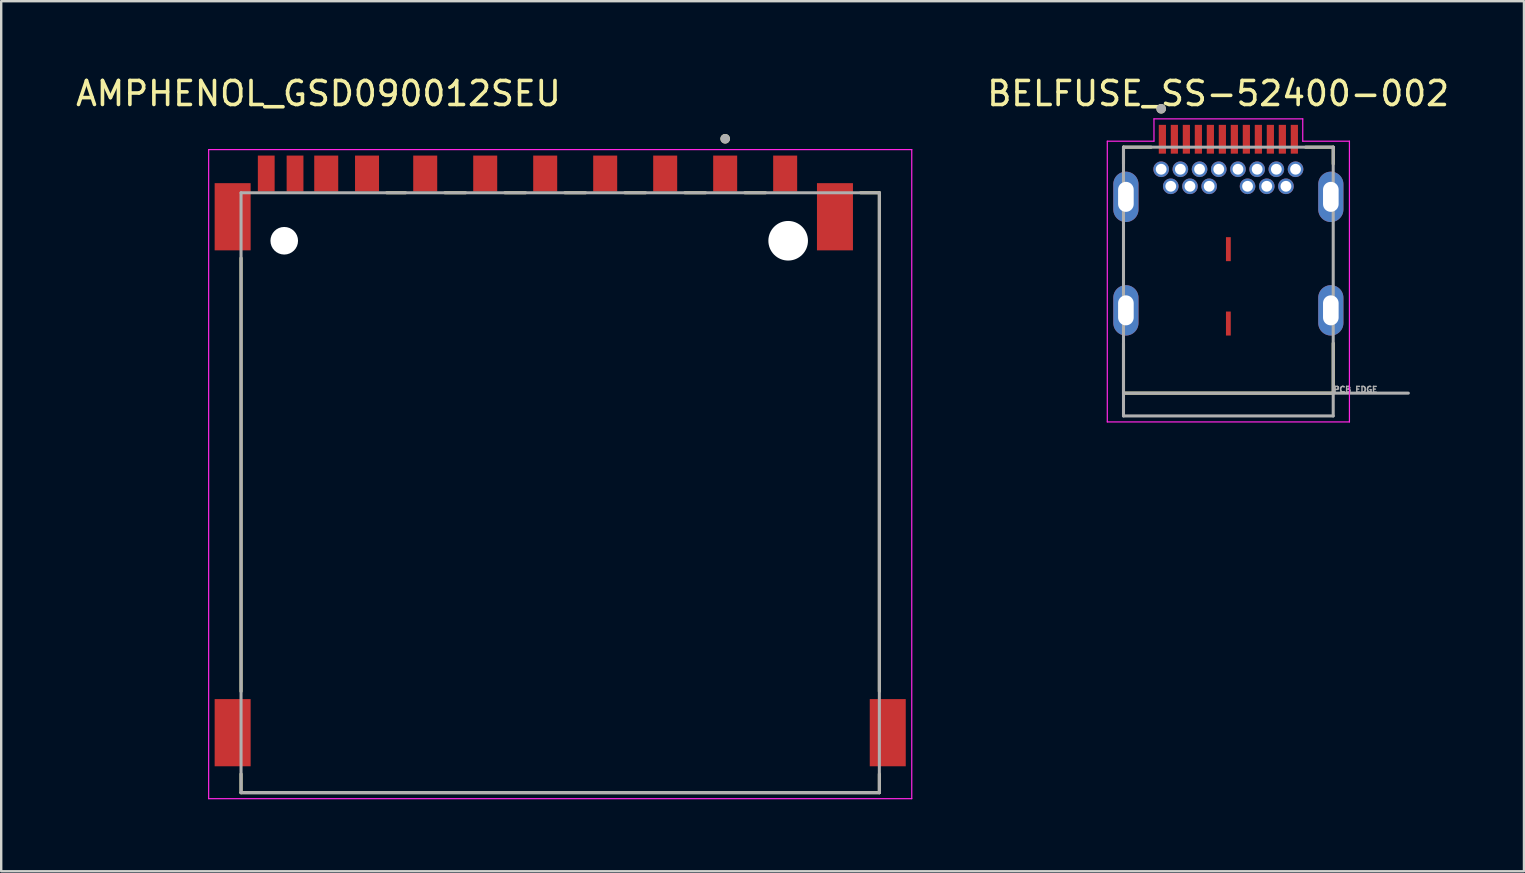
<source format=kicad_pcb>
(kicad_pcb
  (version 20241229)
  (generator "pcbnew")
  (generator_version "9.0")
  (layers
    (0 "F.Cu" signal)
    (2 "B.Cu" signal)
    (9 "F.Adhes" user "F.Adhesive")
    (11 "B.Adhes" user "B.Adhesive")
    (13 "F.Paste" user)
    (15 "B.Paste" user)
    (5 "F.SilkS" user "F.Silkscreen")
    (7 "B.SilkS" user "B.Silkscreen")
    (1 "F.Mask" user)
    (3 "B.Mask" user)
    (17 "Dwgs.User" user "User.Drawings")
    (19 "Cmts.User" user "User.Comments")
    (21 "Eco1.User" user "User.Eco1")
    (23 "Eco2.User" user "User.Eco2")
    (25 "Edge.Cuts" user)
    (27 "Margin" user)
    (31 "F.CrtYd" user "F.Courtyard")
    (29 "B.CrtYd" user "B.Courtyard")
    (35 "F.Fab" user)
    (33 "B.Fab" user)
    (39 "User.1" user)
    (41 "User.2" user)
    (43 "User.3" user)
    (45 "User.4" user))
  (footprint "BELFUSE_SS-52400-002"
    (layer "F.Cu")
    (at 48.139 9.883)
    (property "Reference" "BELFUSE_SS-52400-002" (at -0.425 -9.035 0) (layer "F.SilkS") (effects (font (size 1 1) (thickness 0.15))))
    (attr through_hole)
    (fp_line (start -4.37 -6.8) (end -4.37 -6.1) (stroke (width 0.127) (type solid)) (layer "F.SilkS"))
    (fp_line (start -4.37 1.37) (end -4.37 3.45) (stroke (width 0.127) (type solid)) (layer "F.SilkS"))
    (fp_line (start -4.37 3.45) (end 4.37 3.45) (stroke (width 0.127) (type solid)) (layer "F.SilkS"))
    (fp_line (start -3.22 -6.8) (end -4.37 -6.8) (stroke (width 0.127) (type solid)) (layer "F.SilkS"))
    (fp_line (start 3.22 -6.8) (end 4.37 -6.8) (stroke (width 0.127) (type solid)) (layer "F.SilkS"))
    (fp_line (start 4.37 -6.8) (end 4.37 -6.1) (stroke (width 0.127) (type solid)) (layer "F.SilkS"))
    (fp_line (start 4.37 3.45) (end 4.37 1.37) (stroke (width 0.127) (type solid)) (layer "F.SilkS"))
    (fp_circle (center -2.8 -8.4) (end -2.7 -8.4) (stroke (width 0.2) (type solid)) (fill no) (layer "F.SilkS"))
    (fp_line (start -5.045 -7.05) (end -5.045 4.65) (stroke (width 0.05) (type solid)) (layer "F.CrtYd"))
    (fp_line (start -5.045 4.65) (end 5.045 4.65) (stroke (width 0.05) (type solid)) (layer "F.CrtYd"))
    (fp_line (start -3.1 -7.98) (end -3.1 -7.05) (stroke (width 0.05) (type solid)) (layer "F.CrtYd"))
    (fp_line (start -3.1 -7.05) (end -5.045 -7.05) (stroke (width 0.05) (type solid)) (layer "F.CrtYd"))
    (fp_line (start 3.1 -7.98) (end -3.1 -7.98) (stroke (width 0.05) (type solid)) (layer "F.CrtYd"))
    (fp_line (start 3.1 -7.05) (end 3.1 -7.98) (stroke (width 0.05) (type solid)) (layer "F.CrtYd"))
    (fp_line (start 5.045 -7.05) (end 3.1 -7.05) (stroke (width 0.05) (type solid)) (layer "F.CrtYd"))
    (fp_line (start 5.045 4.65) (end 5.045 -7.05) (stroke (width 0.05) (type solid)) (layer "F.CrtYd"))
    (fp_line (start -4.37 -6.8) (end 4.37 -6.8) (stroke (width 0.127) (type solid)) (layer "F.Fab"))
    (fp_line (start -4.37 3.45) (end -4.37 -6.8) (stroke (width 0.127) (type solid)) (layer "F.Fab"))
    (fp_line (start -4.37 3.45) (end 7.5 3.45) (stroke (width 0.127) (type solid)) (layer "F.Fab"))
    (fp_line (start -4.37 4.4) (end -4.37 3.45) (stroke (width 0.127) (type solid)) (layer "F.Fab"))
    (fp_line (start 4.37 -6.8) (end 4.37 4.4) (stroke (width 0.127) (type solid)) (layer "F.Fab"))
    (fp_line (start 4.37 4.4) (end -4.37 4.4) (stroke (width 0.127) (type solid)) (layer "F.Fab"))
    (fp_circle (center -2.8 -8.4) (end -2.7 -8.4) (stroke (width 0.2) (type solid)) (fill no) (layer "F.Fab"))
    (fp_text user "PCB EDGE" (at 5.3 3.3 0) (layer "F.Fab") (effects (font (size 0.24 0.24) (thickness 0.15))))
    (pad "A1" smd rect (at -2.75 -7.13) (size 0.3 1.2) (layers "F.Cu" "F.Mask" "F.Paste"))
    (pad "A2" smd rect (at -2.25 -7.13) (size 0.3 1.2) (layers "F.Cu" "F.Mask" "F.Paste"))
    (pad "A3" smd rect (at -1.75 -7.13) (size 0.3 1.2) (layers "F.Cu" "F.Mask" "F.Paste"))
    (pad "A4" smd rect (at -1.25 -7.13) (size 0.3 1.2) (layers "F.Cu" "F.Mask" "F.Paste"))
    (pad "A5" smd rect (at -0.75 -7.13) (size 0.3 1.2) (layers "F.Cu" "F.Mask" "F.Paste"))
    (pad "A6" smd rect (at -0.25 -7.13) (size 0.3 1.2) (layers "F.Cu" "F.Mask" "F.Paste"))
    (pad "A7" smd rect (at 0.25 -7.13) (size 0.3 1.2) (layers "F.Cu" "F.Mask" "F.Paste"))
    (pad "A8" smd rect (at 0.75 -7.13) (size 0.3 1.2) (layers "F.Cu" "F.Mask" "F.Paste"))
    (pad "A9" smd rect (at 1.25 -7.13) (size 0.3 1.2) (layers "F.Cu" "F.Mask" "F.Paste"))
    (pad "A10" smd rect (at 1.75 -7.13) (size 0.3 1.2) (layers "F.Cu" "F.Mask" "F.Paste"))
    (pad "A11" smd rect (at 2.25 -7.13) (size 0.3 1.2) (layers "F.Cu" "F.Mask" "F.Paste"))
    (pad "A12" smd rect (at 2.75 -7.13) (size 0.3 1.2) (layers "F.Cu" "F.Mask" "F.Paste"))
    (pad "B1" thru_hole circle (at 2.8 -5.88) (size 0.65 0.65) (drill 0.45) (layers "*.Cu" "*.Mask"))
    (pad "B2" thru_hole circle (at 2.4 -5.17) (size 0.65 0.65) (drill 0.45) (layers "*.Cu" "*.Mask"))
    (pad "B3" thru_hole circle (at 1.6 -5.17) (size 0.65 0.65) (drill 0.45) (layers "*.Cu" "*.Mask"))
    (pad "B4" thru_hole circle (at 1.2 -5.88) (size 0.65 0.65) (drill 0.45) (layers "*.Cu" "*.Mask"))
    (pad "B5" thru_hole circle (at 0.8 -5.17) (size 0.65 0.65) (drill 0.45) (layers "*.Cu" "*.Mask"))
    (pad "B6" thru_hole circle (at 0.4 -5.88) (size 0.65 0.65) (drill 0.45) (layers "*.Cu" "*.Mask"))
    (pad "B7" thru_hole circle (at -0.4 -5.88) (size 0.65 0.65) (drill 0.45) (layers "*.Cu" "*.Mask"))
    (pad "B8" thru_hole circle (at -0.8 -5.17) (size 0.65 0.65) (drill 0.45) (layers "*.Cu" "*.Mask"))
    (pad "B9" thru_hole circle (at -1.2 -5.88) (size 0.65 0.65) (drill 0.45) (layers "*.Cu" "*.Mask"))
    (pad "B10" thru_hole circle (at -1.6 -5.17) (size 0.65 0.65) (drill 0.45) (layers "*.Cu" "*.Mask"))
    (pad "B11" thru_hole circle (at -2.4 -5.17) (size 0.65 0.65) (drill 0.45) (layers "*.Cu" "*.Mask"))
    (pad "B12" thru_hole circle (at -2.8 -5.88) (size 0.65 0.65) (drill 0.45) (layers "*.Cu" "*.Mask"))
    (pad "G1" thru_hole circle (at 2 -5.88) (size 0.65 0.65) (drill 0.45) (layers "*.Cu" "*.Mask"))
    (pad "G2" thru_hole circle (at -2 -5.88) (size 0.65 0.65) (drill 0.45) (layers "*.Cu" "*.Mask"))
    (pad "G3" smd rect (at 0 -2.55) (size 0.2 1) (layers "F.Cu" "F.Mask" "F.Paste"))
    (pad "G4" smd rect (at 0 0.55) (size 0.2 1) (layers "F.Cu" "F.Mask" "F.Paste"))
    (pad "S1" thru_hole oval (at -4.27 -4.73) (size 1.05 2.1) (drill oval 0.65 1.25) (layers "*.Cu" "*.Mask"))
    (pad "S2" thru_hole oval (at 4.27 -4.73) (size 1.05 2.1) (drill oval 0.65 1.25) (layers "*.Cu" "*.Mask"))
    (pad "S3" thru_hole oval (at -4.27 0) (size 1.05 2.1) (drill oval 0.65 1.25) (layers "*.Cu" "*.Mask"))
    (pad "S4" thru_hole oval (at 4.27 0) (size 1.05 2.1) (drill oval 0.65 1.25) (layers "*.Cu" "*.Mask")))
  (footprint "AMPHENOL_GSD090012SEU"
    (layer "F.Cu")
    (at 20.295 17.483)
    (property "Reference" "AMPHENOL_GSD090012SEU" (at -10.075 -16.635 0) (layer "F.SilkS") (effects (font (size 1 1) (thickness 0.15))))
    (attr smd)
    (fp_line (start -13.3 -9.78) (end -13.3 8.28) (stroke (width 0.127) (type solid)) (layer "F.SilkS"))
    (fp_line (start -13.3 12.5) (end -13.3 11.72) (stroke (width 0.127) (type solid)) (layer "F.SilkS"))
    (fp_line (start -7.23 -12.5) (end -6.445 -12.5) (stroke (width 0.127) (type solid)) (layer "F.SilkS"))
    (fp_line (start -4.805 -12.5) (end -3.945 -12.5) (stroke (width 0.127) (type solid)) (layer "F.SilkS"))
    (fp_line (start -2.305 -12.5) (end -1.445 -12.5) (stroke (width 0.127) (type solid)) (layer "F.SilkS"))
    (fp_line (start 0.195 -12.5) (end 1.055 -12.5) (stroke (width 0.127) (type solid)) (layer "F.SilkS"))
    (fp_line (start 2.695 -12.5) (end 3.555 -12.5) (stroke (width 0.127) (type solid)) (layer "F.SilkS"))
    (fp_line (start 5.195 -12.5) (end 6.055 -12.5) (stroke (width 0.127) (type solid)) (layer "F.SilkS"))
    (fp_line (start 7.695 -12.5) (end 8.555 -12.5) (stroke (width 0.127) (type solid)) (layer "F.SilkS"))
    (fp_line (start 12.52 -12.5) (end 13.3 -12.5) (stroke (width 0.127) (type solid)) (layer "F.SilkS"))
    (fp_line (start 13.3 -12.5) (end 13.3 8.28) (stroke (width 0.127) (type solid)) (layer "F.SilkS"))
    (fp_line (start 13.3 12.5) (end -13.3 12.5) (stroke (width 0.127) (type solid)) (layer "F.SilkS"))
    (fp_line (start 13.3 12.5) (end 13.3 11.72) (stroke (width 0.127) (type solid)) (layer "F.SilkS"))
    (fp_circle (center 6.875 -14.75) (end 6.975 -14.75) (stroke (width 0.2) (type solid)) (fill no) (layer "F.SilkS"))
    (fp_line (start -14.65 -14.3) (end -14.65 12.75) (stroke (width 0.05) (type solid)) (layer "F.CrtYd"))
    (fp_line (start -14.65 12.75) (end 14.65 12.75) (stroke (width 0.05) (type solid)) (layer "F.CrtYd"))
    (fp_line (start 14.65 -14.3) (end -14.65 -14.3) (stroke (width 0.05) (type solid)) (layer "F.CrtYd"))
    (fp_line (start 14.65 12.75) (end 14.65 -14.3) (stroke (width 0.05) (type solid)) (layer "F.CrtYd"))
    (fp_line (start -13.3 -12.5) (end 13.3 -12.5) (stroke (width 0.127) (type solid)) (layer "F.Fab"))
    (fp_line (start -13.3 12.5) (end -13.3 -12.5) (stroke (width 0.127) (type solid)) (layer "F.Fab"))
    (fp_line (start 13.3 -12.5) (end 13.3 12.5) (stroke (width 0.127) (type solid)) (layer "F.Fab"))
    (fp_line (start 13.3 12.5) (end -13.3 12.5) (stroke (width 0.127) (type solid)) (layer "F.Fab"))
    (fp_circle (center 6.875 -14.75) (end 6.975 -14.75) (stroke (width 0.2) (type solid)) (fill no) (layer "F.Fab"))
    (pad "" np_thru_hole circle (at -11.5 -10.5) (size 1.15 1.15) (drill 1.15) (layers "*.Cu" "*.Mask"))
    (pad "" np_thru_hole circle (at 9.5 -10.5) (size 1.65 1.65) (drill 1.65) (layers "*.Cu" "*.Mask"))
    (pad "1" smd rect (at 6.875 -13.3) (size 1 1.5) (layers "F.Cu" "F.Mask" "F.Paste"))
    (pad "2" smd rect (at 4.375 -13.3) (size 1 1.5) (layers "F.Cu" "F.Mask" "F.Paste"))
    (pad "3" smd rect (at 1.875 -13.3) (size 1 1.5) (layers "F.Cu" "F.Mask" "F.Paste"))
    (pad "4" smd rect (at -0.625 -13.3) (size 1 1.5) (layers "F.Cu" "F.Mask" "F.Paste"))
    (pad "5" smd rect (at -3.125 -13.3) (size 1 1.5) (layers "F.Cu" "F.Mask" "F.Paste"))
    (pad "6" smd rect (at -5.625 -13.3) (size 1 1.5) (layers "F.Cu" "F.Mask" "F.Paste"))
    (pad "7" smd rect (at -8.05 -13.3) (size 1 1.5) (layers "F.Cu" "F.Mask" "F.Paste"))
    (pad "8" smd rect (at -9.75 -13.3) (size 1 1.5) (layers "F.Cu" "F.Mask" "F.Paste"))
    (pad "9" smd rect (at 9.375 -13.3) (size 1 1.5) (layers "F.Cu" "F.Mask" "F.Paste"))
    (pad "CD_IND" smd rect (at -11.05 -13.3) (size 0.7 1.5) (layers "F.Cu" "F.Mask" "F.Paste"))
    (pad "G1" smd rect (at -13.65 -11.5) (size 1.5 2.8) (layers "F.Cu" "F.Mask" "F.Paste"))
    (pad "G2" smd rect (at 11.45 -11.5) (size 1.5 2.8) (layers "F.Cu" "F.Mask" "F.Paste"))
    (pad "G3" smd rect (at 13.65 10) (size 1.5 2.8) (layers "F.Cu" "F.Mask" "F.Paste"))
    (pad "G4" smd rect (at -13.65 10) (size 1.5 2.8) (layers "F.Cu" "F.Mask" "F.Paste"))
    (pad "WP" smd rect (at -12.25 -13.3) (size 0.7 1.5) (layers "F.Cu" "F.Mask" "F.Paste"))
    (zone (net_name "") (layer "F.Cu") (hatch full 0.508) (connect_pads) (min_thickness 0.01) (filled_areas_thickness no) (keepout (tracks not_allowed) (vias not_allowed) (pads not_allowed) (copperpour not_allowed) (footprints allowed)) (placement (enabled no)) (fill) (polygon (pts (xy 9.795 12.133) (xy 30.795 12.133) (xy 30.795 17.433) (xy 9.795 17.433))))
    (zone (net_name "") (layers "F.Cu" "B.Cu") (hatch full 0.508) (connect_pads) (min_thickness 0.01) (filled_areas_thickness no) (keepout (tracks allowed) (vias not_allowed) (pads allowed) (copperpour allowed) (footprints allowed)) (placement (enabled no)) (fill) (polygon (pts (xy 9.795 12.133) (xy 30.795 12.133) (xy 30.795 17.433) (xy 9.795 17.433)))))
  (gr_rect
    (start -3 -3)
    (end 60.458 33.258)
    (stroke (width 0.1) (type default))
    (fill no)
    (layer "Edge.Cuts")))
</source>
